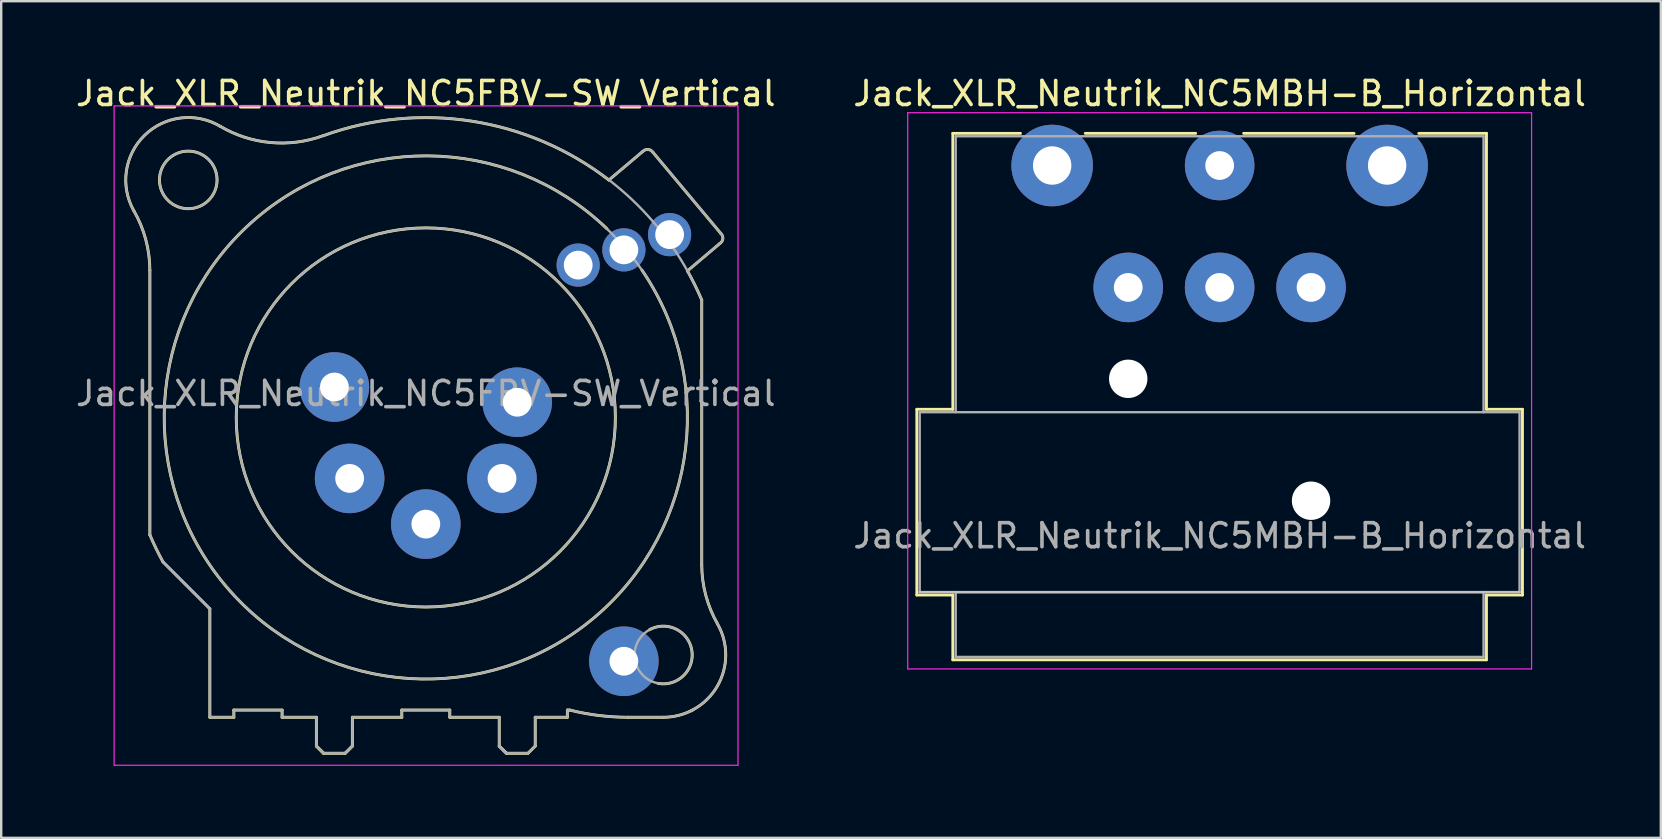
<source format=kicad_pcb>
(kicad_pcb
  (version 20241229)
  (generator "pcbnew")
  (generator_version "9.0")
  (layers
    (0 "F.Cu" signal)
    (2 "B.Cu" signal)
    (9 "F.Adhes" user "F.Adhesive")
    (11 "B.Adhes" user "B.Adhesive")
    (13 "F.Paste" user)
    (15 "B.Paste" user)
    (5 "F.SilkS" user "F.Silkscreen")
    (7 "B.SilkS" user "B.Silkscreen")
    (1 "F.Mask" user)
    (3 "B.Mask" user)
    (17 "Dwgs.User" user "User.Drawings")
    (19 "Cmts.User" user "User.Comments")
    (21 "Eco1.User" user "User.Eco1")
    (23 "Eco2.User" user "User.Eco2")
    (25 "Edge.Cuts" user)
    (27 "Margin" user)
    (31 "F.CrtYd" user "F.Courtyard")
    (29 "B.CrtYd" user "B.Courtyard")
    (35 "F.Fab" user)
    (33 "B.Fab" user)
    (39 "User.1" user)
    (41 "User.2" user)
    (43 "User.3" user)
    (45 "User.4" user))
  (footprint "Jack_XLR_Neutrik_NC5FBV-SW_Vertical"
    (layer "F.Cu")
    (at 18.506 13.713)
    (property "Reference" "Jack_XLR_Neutrik_NC5FBV-SW_Vertical" (at -3.81 -12.865 0) (layer "F.SilkS") (effects (font (size 1 1) (thickness 0.15))))
    (attr through_hole)
    (fp_line (start -15.31 -5.5) (end -15.31 5.53) (stroke (width 0.12) (type solid)) (layer "F.SilkS"))
    (fp_line (start -14.76 6.66) (end -12.81 8.61) (stroke (width 0.12) (type solid)) (layer "F.SilkS"))
    (fp_line (start -12.81 8.61) (end -12.81 13.13) (stroke (width 0.12) (type solid)) (layer "F.SilkS"))
    (fp_line (start -11.81 12.83) (end -11.81 13.13) (stroke (width 0.12) (type solid)) (layer "F.SilkS"))
    (fp_line (start -11.81 13.13) (end -12.81 13.13) (stroke (width 0.12) (type solid)) (layer "F.SilkS"))
    (fp_line (start -9.8 12.83) (end -11.81 12.83) (stroke (width 0.12) (type solid)) (layer "F.SilkS"))
    (fp_line (start -9.8 12.83) (end -9.8 13.13) (stroke (width 0.12) (type solid)) (layer "F.SilkS"))
    (fp_line (start -8.37 13.13) (end -9.8 13.13) (stroke (width 0.12) (type solid)) (layer "F.SilkS"))
    (fp_line (start -8.37 13.13) (end -8.37 14.33) (stroke (width 0.12) (type solid)) (layer "F.SilkS"))
    (fp_line (start -8.37 14.33) (end -8.07 14.63) (stroke (width 0.12) (type solid)) (layer "F.SilkS"))
    (fp_line (start -8.37 14.33) (end -8.07 14.63) (stroke (width 0.12) (type solid)) (layer "F.SilkS"))
    (fp_line (start -8.07 14.63) (end -7.17 14.63) (stroke (width 0.12) (type solid)) (layer "F.SilkS"))
    (fp_line (start -6.87 13.13) (end -6.87 14.33) (stroke (width 0.12) (type solid)) (layer "F.SilkS"))
    (fp_line (start -6.87 14.33) (end -7.17 14.63) (stroke (width 0.12) (type solid)) (layer "F.SilkS"))
    (fp_line (start -6.87 14.33) (end -7.17 14.63) (stroke (width 0.12) (type solid)) (layer "F.SilkS"))
    (fp_line (start -4.81 12.83) (end -4.81 13.13) (stroke (width 0.12) (type solid)) (layer "F.SilkS"))
    (fp_line (start -4.81 12.83) (end -2.81 12.83) (stroke (width 0.12) (type solid)) (layer "F.SilkS"))
    (fp_line (start -4.81 13.13) (end -6.87 13.13) (stroke (width 0.12) (type solid)) (layer "F.SilkS"))
    (fp_line (start -2.81 12.83) (end -2.81 13.13) (stroke (width 0.12) (type solid)) (layer "F.SilkS"))
    (fp_line (start -0.75 13.13) (end -2.81 13.13) (stroke (width 0.12) (type solid)) (layer "F.SilkS"))
    (fp_line (start -0.75 13.13) (end -0.75 14.33) (stroke (width 0.12) (type solid)) (layer "F.SilkS"))
    (fp_line (start -0.75 14.33) (end -0.45 14.63) (stroke (width 0.12) (type solid)) (layer "F.SilkS"))
    (fp_line (start -0.75 14.33) (end -0.45 14.63) (stroke (width 0.12) (type solid)) (layer "F.SilkS"))
    (fp_line (start -0.45 14.63) (end 0.45 14.63) (stroke (width 0.12) (type solid)) (layer "F.SilkS"))
    (fp_line (start 0.75 13.13) (end 0.75 14.33) (stroke (width 0.12) (type solid)) (layer "F.SilkS"))
    (fp_line (start 0.75 14.33) (end 0.45 14.63) (stroke (width 0.12) (type solid)) (layer "F.SilkS"))
    (fp_line (start 2.09 12.83) (end 2.09 13.13) (stroke (width 0.12) (type solid)) (layer "F.SilkS"))
    (fp_line (start 2.09 12.83) (end 2.19 12.83) (stroke (width 0.12) (type solid)) (layer "F.SilkS"))
    (fp_line (start 2.09 13.13) (end 0.75 13.13) (stroke (width 0.12) (type solid)) (layer "F.SilkS"))
    (fp_line (start 3.82 -9.26) (end 5.23 -10.45) (stroke (width 0.12) (type solid)) (layer "F.SilkS"))
    (fp_line (start 6.09 13.13) (end 4.62 13.13) (stroke (width 0.12) (type solid)) (layer "F.SilkS"))
    (fp_line (start 7.69 6.77) (end 7.69 -4.26) (stroke (width 0.12) (type solid)) (layer "F.SilkS"))
    (fp_line (start 8.45 -6.62) (end 7.09 -5.47) (stroke (width 0.12) (type solid)) (layer "F.SilkS"))
    (fp_line (start 8.48 -7.04) (end 5.66 -10.41) (stroke (width 0.12) (type solid)) (layer "F.SilkS"))
    (fp_arc (start -15.979585 -7.98114) (mid -15.531071 -11.122847) (end -12.38 -11.5) (stroke (width 0.12) (type solid)) (layer "F.SilkS"))
    (fp_arc (start -15.978065 -7.979621) (mid -15.482459 -6.783342) (end -15.31 -5.5) (stroke (width 0.12) (type solid)) (layer "F.SilkS"))
    (fp_arc (start -14.766969 6.647974) (mid -15.05239 6.095741) (end -15.31 5.53) (stroke (width 0.12) (type solid)) (layer "F.SilkS"))
    (fp_arc (start -8.091246 -11.107072) (mid -10.279718 -10.822246) (end -12.38 -11.5) (stroke (width 0.12) (type solid)) (layer "F.SilkS"))
    (fp_arc (start -8.076266 -11.109228) (mid -1.890733 -11.711835) (end 3.82 -9.26) (stroke (width 0.12) (type solid)) (layer "F.SilkS"))
    (fp_arc (start 4.626277 13.129743) (mid 3.398906 13.05491) (end 2.19 12.83) (stroke (width 0.12) (type solid)) (layer "F.SilkS"))
    (fp_arc (start 5.199539 -5.504132) (mid -12.134617 7.674992) (end 3.74 -7.23) (stroke (width 0.12) (type solid)) (layer "F.SilkS"))
    (fp_arc (start 5.235458 -10.453787) (mid 5.458172 -10.533142) (end 5.66 -10.41) (stroke (width 0.12) (type solid)) (layer "F.SilkS"))
    (fp_arc (start 5.507701 9.483226) (mid 7.277502 10.347546) (end 5.86 11.715) (stroke (width 0.12) (type solid)) (layer "F.SilkS"))
    (fp_arc (start 7.094079 -5.473362) (mid 7.408456 -4.874744) (end 7.69 -4.26) (stroke (width 0.12) (type solid)) (layer "F.SilkS"))
    (fp_arc (start 7.298541 12.835196) (mid 7.274335 12.847725) (end 7.25 12.86) (stroke (width 0.12) (type solid)) (layer "F.SilkS"))
    (fp_arc (start 8.350687 9.245751) (mid 8.337115 11.837852) (end 6.09 13.13) (stroke (width 0.12) (type solid)) (layer "F.SilkS"))
    (fp_arc (start 8.351797 9.24598) (mid 7.859562 8.051113) (end 7.69 6.77) (stroke (width 0.12) (type solid)) (layer "F.SilkS"))
    (fp_arc (start 8.486269 -7.03217) (mid 8.569764 -6.817142) (end 8.45 -6.62) (stroke (width 0.12) (type solid)) (layer "F.SilkS"))
    (fp_circle (center -13.71 -9.265) (end -12.51 -9.265) (stroke (width 0.12) (type solid)) (fill no) (layer "F.SilkS"))
    (fp_circle (center -3.81 0.635) (end 4.09 0.635) (stroke (width 0.12) (type solid)) (fill no) (layer "F.SilkS"))
    (fp_line (start -16.8 -12.35) (end 9.2 -12.35) (stroke (width 0.05) (type solid)) (layer "F.CrtYd"))
    (fp_line (start -16.8 15.13) (end -16.8 -12.35) (stroke (width 0.05) (type solid)) (layer "F.CrtYd"))
    (fp_line (start 9.2 -12.35) (end 9.2 15.13) (stroke (width 0.05) (type solid)) (layer "F.CrtYd"))
    (fp_line (start 9.2 15.13) (end -16.8 15.13) (stroke (width 0.05) (type solid)) (layer "F.CrtYd"))
    (fp_line (start -15.31 -5.5) (end -15.31 5.53) (stroke (width 0.1) (type solid)) (layer "F.Fab"))
    (fp_line (start -14.76 6.66) (end -12.81 8.61) (stroke (width 0.1) (type solid)) (layer "F.Fab"))
    (fp_line (start -12.81 8.61) (end -12.81 13.13) (stroke (width 0.1) (type solid)) (layer "F.Fab"))
    (fp_line (start -11.81 12.83) (end -11.81 13.13) (stroke (width 0.1) (type solid)) (layer "F.Fab"))
    (fp_line (start -11.81 13.13) (end -12.81 13.13) (stroke (width 0.1) (type solid)) (layer "F.Fab"))
    (fp_line (start -9.8 12.83) (end -11.81 12.83) (stroke (width 0.1) (type solid)) (layer "F.Fab"))
    (fp_line (start -9.8 12.83) (end -9.8 13.13) (stroke (width 0.1) (type solid)) (layer "F.Fab"))
    (fp_line (start -8.37 13.13) (end -9.8 13.13) (stroke (width 0.1) (type solid)) (layer "F.Fab"))
    (fp_line (start -8.37 13.13) (end -8.37 14.33) (stroke (width 0.1) (type solid)) (layer "F.Fab"))
    (fp_line (start -8.37 14.33) (end -8.07 14.63) (stroke (width 0.1) (type solid)) (layer "F.Fab"))
    (fp_line (start -8.37 14.33) (end -8.07 14.63) (stroke (width 0.1) (type solid)) (layer "F.Fab"))
    (fp_line (start -8.07 14.63) (end -7.17 14.63) (stroke (width 0.1) (type solid)) (layer "F.Fab"))
    (fp_line (start -6.87 13.13) (end -6.87 14.33) (stroke (width 0.1) (type solid)) (layer "F.Fab"))
    (fp_line (start -6.87 14.33) (end -7.17 14.63) (stroke (width 0.1) (type solid)) (layer "F.Fab"))
    (fp_line (start -6.87 14.33) (end -7.17 14.63) (stroke (width 0.1) (type solid)) (layer "F.Fab"))
    (fp_line (start -4.81 12.83) (end -4.81 13.13) (stroke (width 0.1) (type solid)) (layer "F.Fab"))
    (fp_line (start -4.81 12.83) (end -2.81 12.83) (stroke (width 0.1) (type solid)) (layer "F.Fab"))
    (fp_line (start -4.81 13.13) (end -6.87 13.13) (stroke (width 0.1) (type solid)) (layer "F.Fab"))
    (fp_line (start -2.81 12.83) (end -2.81 13.13) (stroke (width 0.1) (type solid)) (layer "F.Fab"))
    (fp_line (start -0.75 13.13) (end -2.81 13.13) (stroke (width 0.1) (type solid)) (layer "F.Fab"))
    (fp_line (start -0.75 13.13) (end -0.75 14.33) (stroke (width 0.1) (type solid)) (layer "F.Fab"))
    (fp_line (start -0.75 14.33) (end -0.45 14.63) (stroke (width 0.1) (type solid)) (layer "F.Fab"))
    (fp_line (start -0.75 14.33) (end -0.45 14.63) (stroke (width 0.1) (type solid)) (layer "F.Fab"))
    (fp_line (start -0.45 14.63) (end 0.45 14.63) (stroke (width 0.1) (type solid)) (layer "F.Fab"))
    (fp_line (start 0.75 13.13) (end 0.75 14.33) (stroke (width 0.1) (type solid)) (layer "F.Fab"))
    (fp_line (start 0.75 14.33) (end 0.45 14.63) (stroke (width 0.1) (type solid)) (layer "F.Fab"))
    (fp_line (start 2.09 12.83) (end 2.09 13.13) (stroke (width 0.1) (type solid)) (layer "F.Fab"))
    (fp_line (start 2.09 12.83) (end 2.19 12.83) (stroke (width 0.1) (type solid)) (layer "F.Fab"))
    (fp_line (start 2.09 13.13) (end 0.75 13.13) (stroke (width 0.1) (type solid)) (layer "F.Fab"))
    (fp_line (start 3.82 -9.26) (end 5.23 -10.45) (stroke (width 0.1) (type solid)) (layer "F.Fab"))
    (fp_line (start 6.09 13.13) (end 4.62 13.13) (stroke (width 0.1) (type solid)) (layer "F.Fab"))
    (fp_line (start 7.69 6.77) (end 7.69 -4.26) (stroke (width 0.1) (type solid)) (layer "F.Fab"))
    (fp_line (start 8.45 -6.62) (end 7.09 -5.47) (stroke (width 0.1) (type solid)) (layer "F.Fab"))
    (fp_line (start 8.48 -7.04) (end 5.66 -10.41) (stroke (width 0.1) (type solid)) (layer "F.Fab"))
    (fp_arc (start -15.979585 -7.98114) (mid -15.531071 -11.122847) (end -12.38 -11.5) (stroke (width 0.1) (type solid)) (layer "F.Fab"))
    (fp_arc (start -15.978065 -7.979621) (mid -15.482459 -6.783342) (end -15.31 -5.5) (stroke (width 0.1) (type solid)) (layer "F.Fab"))
    (fp_arc (start -14.766969 6.647974) (mid -15.05239 6.095741) (end -15.31 5.53) (stroke (width 0.1) (type solid)) (layer "F.Fab"))
    (fp_arc (start -8.096428 -11.105424) (mid 1.16231 -10.831785) (end 7.69 -4.26) (stroke (width 0.1) (type solid)) (layer "F.Fab"))
    (fp_arc (start -8.091246 -11.107072) (mid -10.279718 -10.822246) (end -12.38 -11.5) (stroke (width 0.1) (type solid)) (layer "F.Fab"))
    (fp_arc (start 4.626277 13.129743) (mid 3.398906 13.05491) (end 2.19 12.83) (stroke (width 0.1) (type solid)) (layer "F.Fab"))
    (fp_arc (start 5.235458 -10.453787) (mid 5.458172 -10.533142) (end 5.66 -10.41) (stroke (width 0.1) (type solid)) (layer "F.Fab"))
    (fp_arc (start 7.298541 12.835196) (mid 7.274335 12.847725) (end 7.25 12.86) (stroke (width 0.1) (type solid)) (layer "F.Fab"))
    (fp_arc (start 8.350687 9.245751) (mid 8.337115 11.837852) (end 6.09 13.13) (stroke (width 0.1) (type solid)) (layer "F.Fab"))
    (fp_arc (start 8.351797 9.24598) (mid 7.859562 8.051113) (end 7.69 6.77) (stroke (width 0.1) (type solid)) (layer "F.Fab"))
    (fp_arc (start 8.486269 -7.03217) (mid 8.569764 -6.817142) (end 8.45 -6.62) (stroke (width 0.1) (type solid)) (layer "F.Fab"))
    (fp_circle (center -13.71 -9.265) (end -12.51 -9.265) (stroke (width 0.1) (type solid)) (fill no) (layer "F.Fab"))
    (fp_circle (center -3.81 0.635) (end 4.09 0.635) (stroke (width 0.1) (type solid)) (fill no) (layer "F.Fab"))
    (fp_circle (center -3.81 0.635) (end 7.09 0.635) (stroke (width 0.1) (type solid)) (fill no) (layer "F.Fab"))
    (fp_circle (center 6.09 10.535) (end 7.29 10.535) (stroke (width 0.1) (type solid)) (fill no) (layer "F.Fab"))
    (fp_text user "${REFERENCE}" (at -3.81 -0.365 0) (layer "F.Fab") (effects (font (size 1 1) (thickness 0.15))))
    (pad "1" thru_hole circle (at 0 0) (size 2.9 2.9) (drill 1.2) (layers "*.Cu" "*.Mask"))
    (pad "2" thru_hole circle (at -0.635 3.175) (size 2.9 2.9) (drill 1.2) (layers "*.Cu" "*.Mask"))
    (pad "3" thru_hole circle (at -3.81 5.08) (size 2.9 2.9) (drill 1.2) (layers "*.Cu" "*.Mask"))
    (pad "4" thru_hole circle (at -6.985 3.175) (size 2.9 2.9) (drill 1.2) (layers "*.Cu" "*.Mask"))
    (pad "5" thru_hole circle (at -7.62 -0.635) (size 2.9 2.9) (drill 1.2) (layers "*.Cu" "*.Mask"))
    (pad "G" thru_hole circle (at 4.445 10.795) (size 2.9 2.9) (drill 1.2) (layers "*.Cu" "*.Mask"))
    (pad "N" thru_hole circle (at 4.445 -6.35) (size 1.8 1.8) (drill 1.2) (layers "*.Cu" "*.Mask"))
    (pad "NC" thru_hole circle (at 2.54 -5.715) (size 1.8 1.8) (drill 1.2) (layers "*.Cu" "*.Mask"))
    (pad "NO" thru_hole circle (at 6.35 -6.985) (size 1.8 1.8) (drill 1.2) (layers "*.Cu" "*.Mask")))
  (footprint "Jack_XLR_Neutrik_NC5MBH-B_Horizontal"
    (layer "F.Cu")
    (at 40.8 3.848)
    (property "Reference" "Jack_XLR_Neutrik_NC5MBH-B_Horizontal" (at 6.98 -3 0) (layer "F.SilkS") (effects (font (size 1 1) (thickness 0.15))))
    (attr through_hole)
    (fp_line (start -5.64 10.16) (end -4.14 10.16) (stroke (width 0.12) (type solid)) (layer "F.SilkS"))
    (fp_line (start -5.64 17.9) (end -5.64 10.16) (stroke (width 0.12) (type solid)) (layer "F.SilkS"))
    (fp_line (start -4.14 -1.34) (end -1.32 -1.34) (stroke (width 0.12) (type solid)) (layer "F.SilkS"))
    (fp_line (start -4.14 10.16) (end -4.14 -1.34) (stroke (width 0.12) (type solid)) (layer "F.SilkS"))
    (fp_line (start -4.14 17.9) (end -5.64 17.9) (stroke (width 0.12) (type solid)) (layer "F.SilkS"))
    (fp_line (start -4.14 17.9) (end -4.14 20.6) (stroke (width 0.12) (type solid)) (layer "F.SilkS"))
    (fp_line (start 1.38 -1.34) (end 5.98 -1.34) (stroke (width 0.12) (type solid)) (layer "F.SilkS"))
    (fp_line (start 12.58 -1.34) (end 7.98 -1.34) (stroke (width 0.12) (type solid)) (layer "F.SilkS"))
    (fp_line (start 18.1 -1.34) (end 15.28 -1.34) (stroke (width 0.12) (type solid)) (layer "F.SilkS"))
    (fp_line (start 18.1 10.16) (end 18.1 -1.34) (stroke (width 0.12) (type solid)) (layer "F.SilkS"))
    (fp_line (start 18.1 10.16) (end 19.6 10.16) (stroke (width 0.12) (type solid)) (layer "F.SilkS"))
    (fp_line (start 18.1 17.9) (end 18.1 20.6) (stroke (width 0.12) (type solid)) (layer "F.SilkS"))
    (fp_line (start 18.1 20.6) (end -4.14 20.6) (stroke (width 0.12) (type solid)) (layer "F.SilkS"))
    (fp_line (start 19.6 17.9) (end 18.1 17.9) (stroke (width 0.12) (type solid)) (layer "F.SilkS"))
    (fp_line (start 19.6 17.9) (end 19.6 10.16) (stroke (width 0.12) (type solid)) (layer "F.SilkS"))
    (fp_line (start 19.48 17.78) (end -5.52 17.78) (stroke (width 0.1) (type solid)) (layer "Dwgs.User"))
    (fp_line (start -6.02 20.98) (end -6.02 -2.2) (stroke (width 0.05) (type solid)) (layer "F.CrtYd"))
    (fp_line (start 19.98 -2.2) (end -6.02 -2.2) (stroke (width 0.05) (type solid)) (layer "F.CrtYd"))
    (fp_line (start 19.98 20.98) (end -6.02 20.98) (stroke (width 0.05) (type solid)) (layer "F.CrtYd"))
    (fp_line (start 19.98 20.98) (end 19.98 -2.2) (stroke (width 0.05) (type solid)) (layer "F.CrtYd"))
    (fp_line (start -5.52 10.28) (end 19.48 10.28) (stroke (width 0.1) (type solid)) (layer "F.Fab"))
    (fp_line (start -5.52 17.78) (end -5.52 10.28) (stroke (width 0.1) (type solid)) (layer "F.Fab"))
    (fp_line (start -4.02 -1.22) (end -4.02 10.28) (stroke (width 0.1) (type solid)) (layer "F.Fab"))
    (fp_line (start -4.02 20.48) (end -4.02 17.78) (stroke (width 0.1) (type solid)) (layer "F.Fab"))
    (fp_line (start 17.98 -1.22) (end -4.02 -1.22) (stroke (width 0.1) (type solid)) (layer "F.Fab"))
    (fp_line (start 17.98 10.28) (end 17.98 -1.22) (stroke (width 0.1) (type solid)) (layer "F.Fab"))
    (fp_line (start 17.98 17.78) (end 17.98 20.48) (stroke (width 0.1) (type solid)) (layer "F.Fab"))
    (fp_line (start 17.98 20.48) (end -4.02 20.48) (stroke (width 0.1) (type solid)) (layer "F.Fab"))
    (fp_line (start 19.48 10.28) (end 19.48 17.78) (stroke (width 0.1) (type solid)) (layer "F.Fab"))
    (fp_line (start 19.48 17.78) (end -5.52 17.78) (stroke (width 0.1) (type solid)) (layer "F.Fab"))
    (fp_text user "${REFERENCE}" (at 6.98 15.43 0) (layer "F.Fab") (effects (font (size 1 1) (thickness 0.15))))
    (pad "" np_thru_hole circle (at 3.17 8.89) (size 1.6 1.6) (drill 1.6) (layers "*.Cu" "*.Mask"))
    (pad "" np_thru_hole circle (at 10.79 13.97) (size 1.6 1.6) (drill 1.6) (layers "*.Cu" "*.Mask"))
    (pad "1" thru_hole circle (at 0 0) (size 3.4 3.4) (drill 1.6) (layers "*.Cu" "*.Mask"))
    (pad "2" thru_hole circle (at 3.17 5.08) (size 2.9 2.9) (drill 1.2) (layers "*.Cu" "*.Mask"))
    (pad "3" thru_hole circle (at 6.98 0) (size 2.9 2.9) (drill 1.2) (layers "*.Cu" "*.Mask"))
    (pad "4" thru_hole circle (at 10.79 5.08) (size 2.9 2.9) (drill 1.2) (layers "*.Cu" "*.Mask"))
    (pad "5" thru_hole circle (at 13.96 0) (size 3.4 3.4) (drill 1.6) (layers "*.Cu" "*.Mask"))
    (pad "G" thru_hole circle (at 6.98 5.08) (size 2.9 2.9) (drill 1.2) (layers "*.Cu" "*.Mask")))
  (gr_rect
    (start -3 -3)
    (end 66.167 31.868)
    (stroke (width 0.1) (type default))
    (fill no)
    (layer "Edge.Cuts")))
</source>
